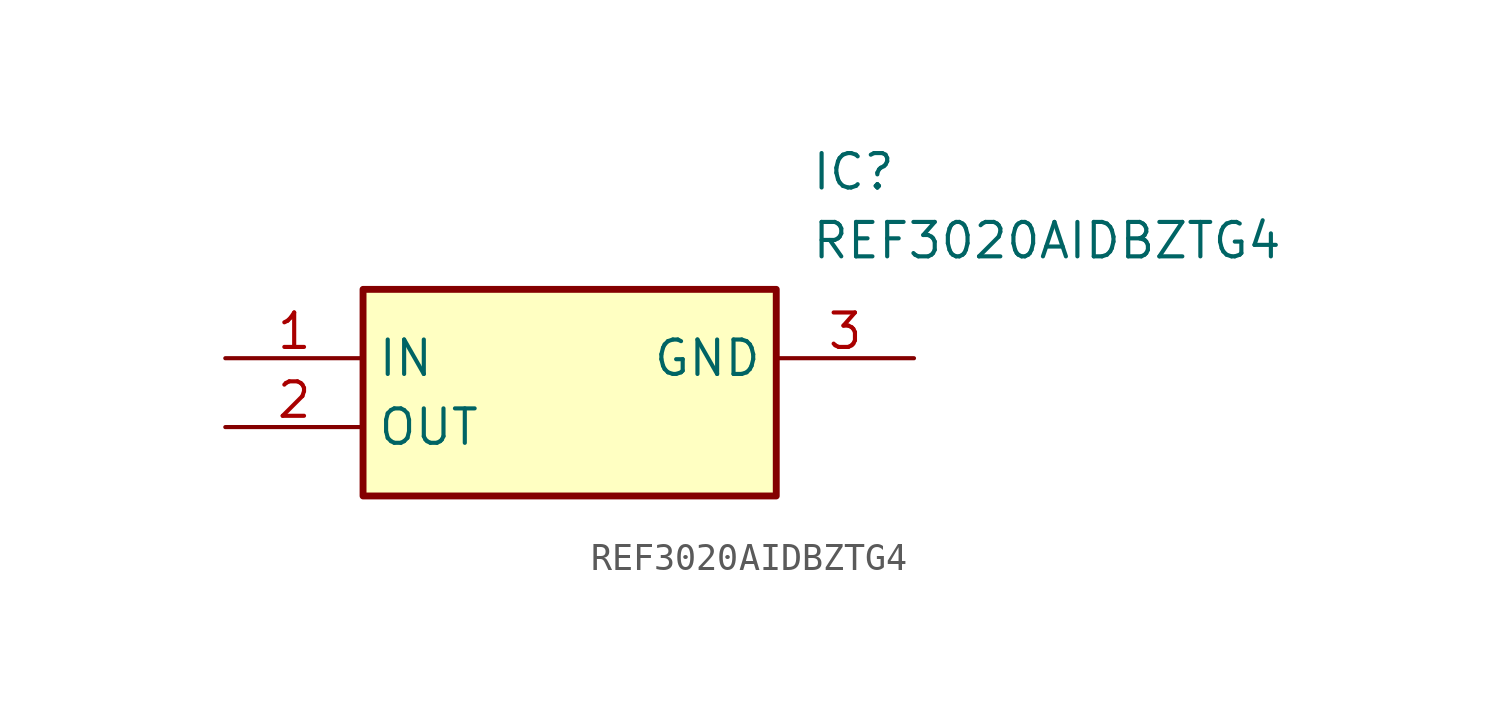
<source format=kicad_sym>
(kicad_symbol_lib
  (version 20211014)
  (generator SamacSys_ECAD_Model)
  (symbol "REF3020AIDBZTG4"
    (property "Reference" "IC"
      (at 21.59 7.62 0)
      (effects (font (size 1.27 1.27)) (justify left top)))
    (property "Value" "REF3020AIDBZTG4"
      (at 21.59 5.08 0)
      (effects (font (size 1.27 1.27)) (justify left top)))
    (rectangle
      (start 5.08 2.54)
      (end 20.32 -5.08)
      (stroke (width 0.254) (type default))
      (fill (type background)))
    (pin passive line
      (at 0 0 0)
      (length 5.08)
      (name "IN" (effects (font (size 1.27 1.27))))
      (number "1" (effects (font (size 1.27 1.27)))))
    (pin passive line
      (at 0 -2.54 0)
      (length 5.08)
      (name "OUT" (effects (font (size 1.27 1.27))))
      (number "2" (effects (font (size 1.27 1.27)))))
    (pin passive line
      (at 25.4 0 180)
      (length 5.08)
      (name "GND" (effects (font (size 1.27 1.27))))
      (number "3" (effects (font (size 1.27 1.27)))))))
</source>
